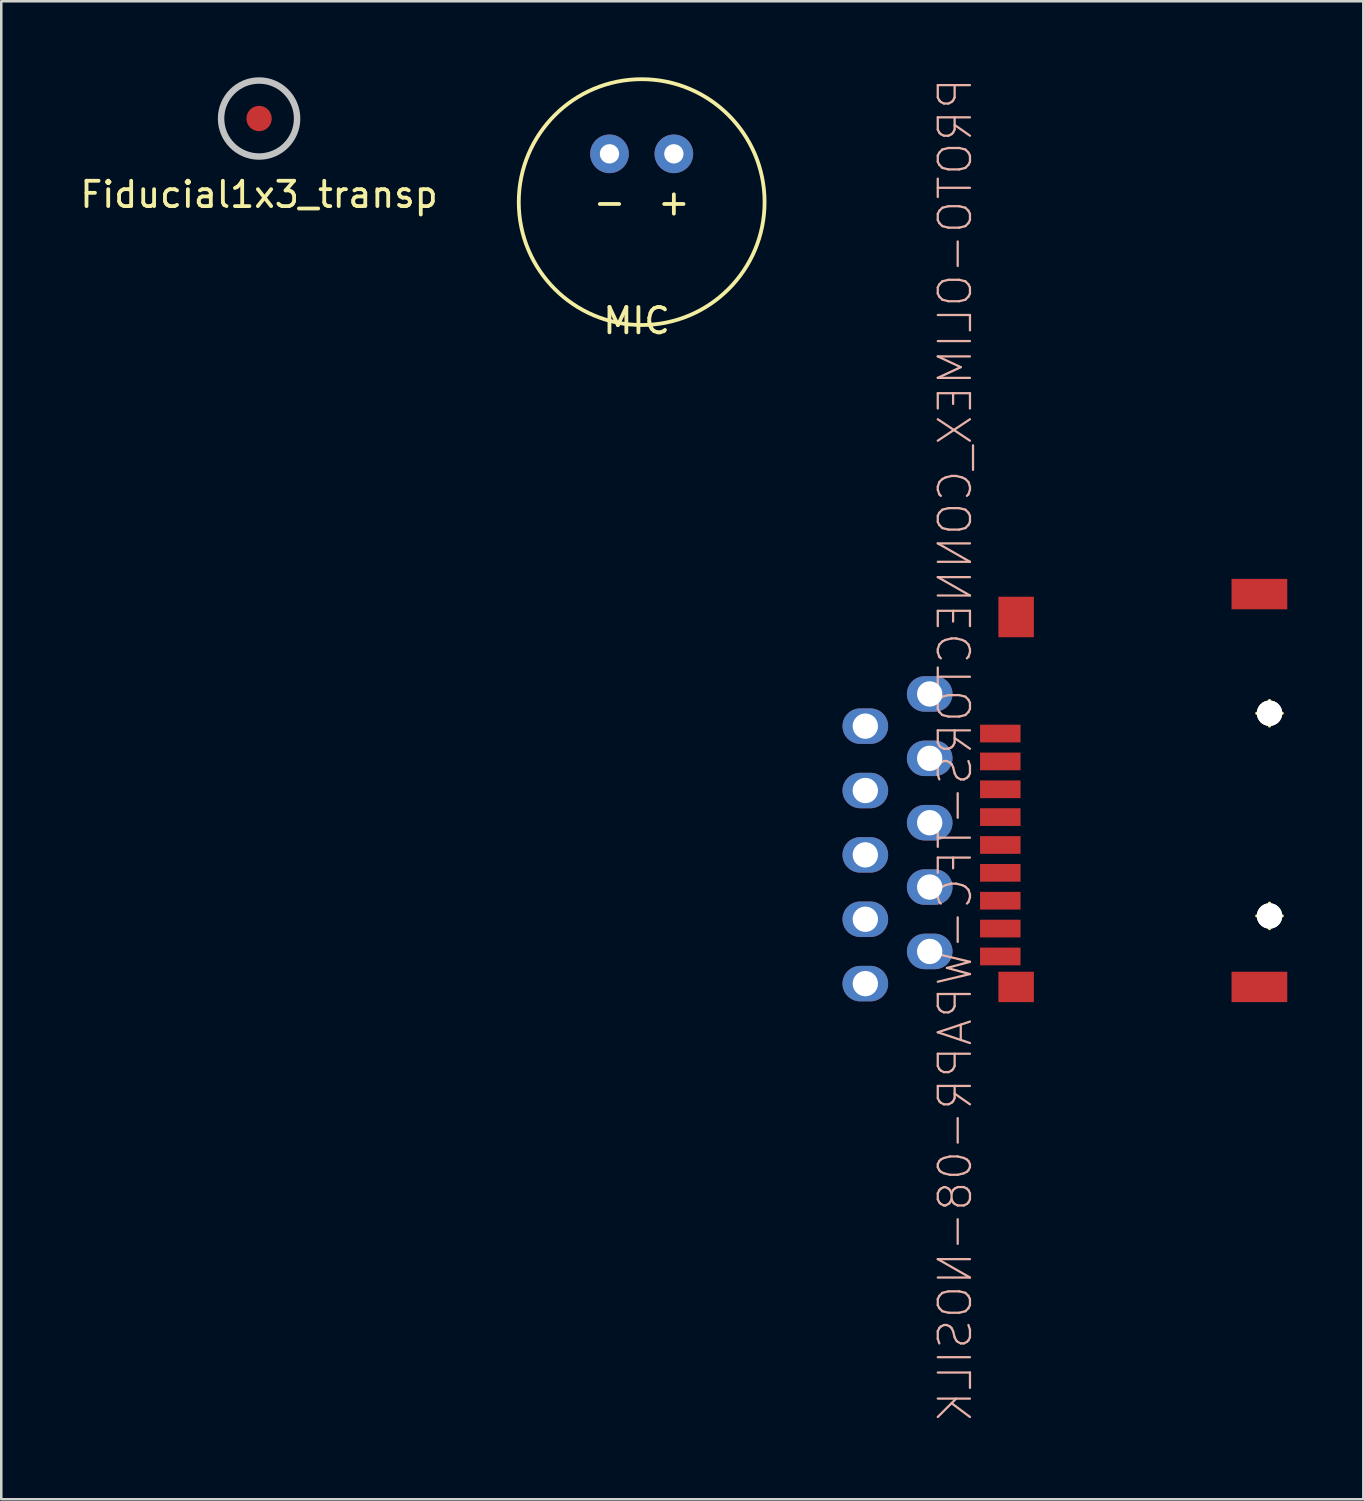
<source format=kicad_pcb>
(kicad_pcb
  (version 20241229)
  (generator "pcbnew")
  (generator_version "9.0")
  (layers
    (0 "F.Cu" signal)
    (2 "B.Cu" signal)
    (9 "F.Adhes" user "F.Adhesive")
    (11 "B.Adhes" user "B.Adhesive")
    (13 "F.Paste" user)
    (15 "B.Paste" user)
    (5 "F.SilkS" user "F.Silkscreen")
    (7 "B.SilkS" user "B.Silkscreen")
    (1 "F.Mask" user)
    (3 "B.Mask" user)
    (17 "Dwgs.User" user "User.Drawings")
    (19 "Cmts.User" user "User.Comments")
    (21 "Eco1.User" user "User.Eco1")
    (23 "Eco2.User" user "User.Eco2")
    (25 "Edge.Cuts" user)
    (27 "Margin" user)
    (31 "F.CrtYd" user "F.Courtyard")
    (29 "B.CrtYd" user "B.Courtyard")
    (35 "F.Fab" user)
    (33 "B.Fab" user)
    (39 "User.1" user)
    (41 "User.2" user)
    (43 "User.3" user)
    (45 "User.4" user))
  (footprint "MIC"
    (layer "F.Cu")
    (at 22.27 4.925)
    (property "Reference" "MIC" (at -0.2 4.684 0) (layer "F.SilkS") (effects (font (size 1 1) (thickness 0.15))))
    (attr through_hole)
    (fp_circle (center 0 0) (end 4.85 0) (stroke (width 0.15) (type solid)) (fill no) (layer "F.SilkS"))
    (fp_text user "-" (at -1.27 0 0) (layer "F.SilkS") (effects (font (size 1 1) (thickness 0.15))))
    (fp_text user "+" (at 1.27 0 0) (layer "F.SilkS") (effects (font (size 1 1) (thickness 0.15))))
    (pad "1" thru_hole circle (at -1.27 -1.905) (size 1.524 1.524) (drill 0.762) (layers "*.Cu" "*.Mask"))
    (pad "2" thru_hole circle (at 1.27 -1.905) (size 1.524 1.524) (drill 0.762) (layers "*.Cu" "*.Mask")))
  (footprint "Fiducial1x3_transp"
    (layer "F.Cu")
    (at 7.173 1.627)
    (property "Reference" "Fiducial1x3_transp" (at 0 3 0) (layer "F.SilkS") (effects (font (size 1 1) (thickness 0.15))))
    (attr smd)
    (fp_circle (center 0 0) (end 1.5 0) (stroke (width 0.254) (type solid)) (fill no) (layer "Dwgs.User"))
    (pad "Fid1" connect circle (at 0 0) (size 1 1) (property pad_prop_fiducial_glob) (layers "F.Cu" "F.Mask")))
  (footprint "PROTO-OLIMEX_CONNECTORS-TFC-WPAPR-08-NOSILK"
    (layer "F.Cu")
    (at 43.795 28.143)
    (property "Reference" "PROTO-OLIMEX_CONNECTORS-TFC-WPAPR-08-NOSILK" (at -9.154 -1.587 90) (layer "B.SilkS") (effects (font (size 1.27 1.27) (thickness 0.089)) (justify mirror)))
    (attr through_hole)
    (fp_line (start 2.748 -3.048) (end 3.749 -3.048) (stroke (width 0.127) (type solid)) (layer "F.SilkS"))
    (fp_line (start 2.748 4.948) (end 3.749 4.948) (stroke (width 0.127) (type solid)) (layer "F.SilkS"))
    (fp_line (start 3.249 -2.548) (end 3.249 -3.548) (stroke (width 0.127) (type solid)) (layer "F.SilkS"))
    (fp_line (start 3.249 5.448) (end 3.249 4.448) (stroke (width 0.127) (type solid)) (layer "F.SilkS"))
    (fp_circle (center 3.249 -3.048) (end 3.498 -3.297) (stroke (width 0.127) (type solid)) (fill no) (layer "F.SilkS"))
    (fp_circle (center 3.249 4.948) (end 3.498 5.197) (stroke (width 0.127) (type solid)) (fill no) (layer "F.SilkS"))
    (pad "0" thru_hole circle (at 3.25 -3.05) (size 1 1) (drill 1) (layers "*.Cu" "*.Mask" "F.SilkS"))
    (pad "0" thru_hole circle (at 3.25 4.95) (size 1 1) (drill 1) (layers "*.Cu" "*.Mask" "F.SilkS"))
    (pad "1" thru_hole oval (at -10.16 -3.81) (size 1.8 1.4) (drill 1) (layers "*.Cu" "*.Mask"))
    (pad "1" smd rect (at -7.374 -2.248 270) (size 0.699 1.598) (layers "F.Cu" "F.Mask" "F.Paste"))
    (pad "2" thru_hole oval (at -12.7 -2.54) (size 1.8 1.4) (drill 1) (layers "*.Cu" "*.Mask"))
    (pad "2" smd rect (at -7.374 -1.148 270) (size 0.699 1.598) (layers "F.Cu" "F.Mask" "F.Paste"))
    (pad "3" thru_hole oval (at -10.16 -1.27) (size 1.8 1.4) (drill 1) (layers "*.Cu" "*.Mask"))
    (pad "3" smd rect (at -7.374 -0.048 270) (size 0.699 1.598) (layers "F.Cu" "F.Mask" "F.Paste"))
    (pad "4" thru_hole oval (at -12.7 0) (size 1.8 1.4) (drill 1) (layers "*.Cu" "*.Mask"))
    (pad "4" smd rect (at -7.374 1.049 270) (size 0.699 1.598) (layers "F.Cu" "F.Mask" "F.Paste"))
    (pad "5" thru_hole oval (at -10.16 1.27) (size 1.8 1.4) (drill 1) (layers "*.Cu" "*.Mask"))
    (pad "5" smd rect (at -7.374 2.149 270) (size 0.699 1.598) (layers "F.Cu" "F.Mask" "F.Paste"))
    (pad "6" thru_hole oval (at -12.7 2.54) (size 1.8 1.4) (drill 1) (layers "*.Cu" "*.Mask"))
    (pad "6" smd rect (at -7.374 3.249 270) (size 0.699 1.598) (layers "F.Cu" "F.Mask" "F.Paste"))
    (pad "7" thru_hole oval (at -10.16 3.81) (size 1.8 1.4) (drill 1) (layers "*.Cu" "*.Mask"))
    (pad "7" smd rect (at -7.374 4.348 270) (size 0.699 1.598) (layers "F.Cu" "F.Mask" "F.Paste"))
    (pad "8" thru_hole oval (at -12.7 5.08) (size 1.8 1.4) (drill 1) (layers "*.Cu" "*.Mask"))
    (pad "8" smd rect (at -7.374 5.448 270) (size 0.699 1.598) (layers "F.Cu" "F.Mask" "F.Paste"))
    (pad "9" thru_hole oval (at -10.16 6.35) (size 1.8 1.4) (drill 1) (layers "*.Cu" "*.Mask"))
    (pad "9" smd rect (at -7.374 6.548 270) (size 0.699 1.598) (layers "F.Cu" "F.Mask" "F.Paste"))
    (pad "10" thru_hole oval (at -12.7 7.62) (size 1.8 1.4) (drill 1) (layers "*.Cu" "*.Mask"))
    (pad "10" smd rect (at -6.749 7.75 270) (size 1.199 1.4) (layers "F.Cu" "F.Mask" "F.Paste"))
    (pad "11" smd rect (at -6.749 -6.848 270) (size 1.598 1.4) (layers "F.Cu" "F.Mask" "F.Paste"))
    (pad "12" smd rect (at 2.85 7.75 270) (size 1.199 2.2) (layers "F.Cu" "F.Mask" "F.Paste"))
    (pad "13" smd rect (at 2.85 -7.75 270) (size 1.199 2.2) (layers "F.Cu" "F.Mask" "F.Paste")))
  (gr_rect
    (start -3 -3)
    (end 50.745 56.111)
    (stroke (width 0.1) (type default))
    (fill no)
    (layer "Edge.Cuts")))
</source>
